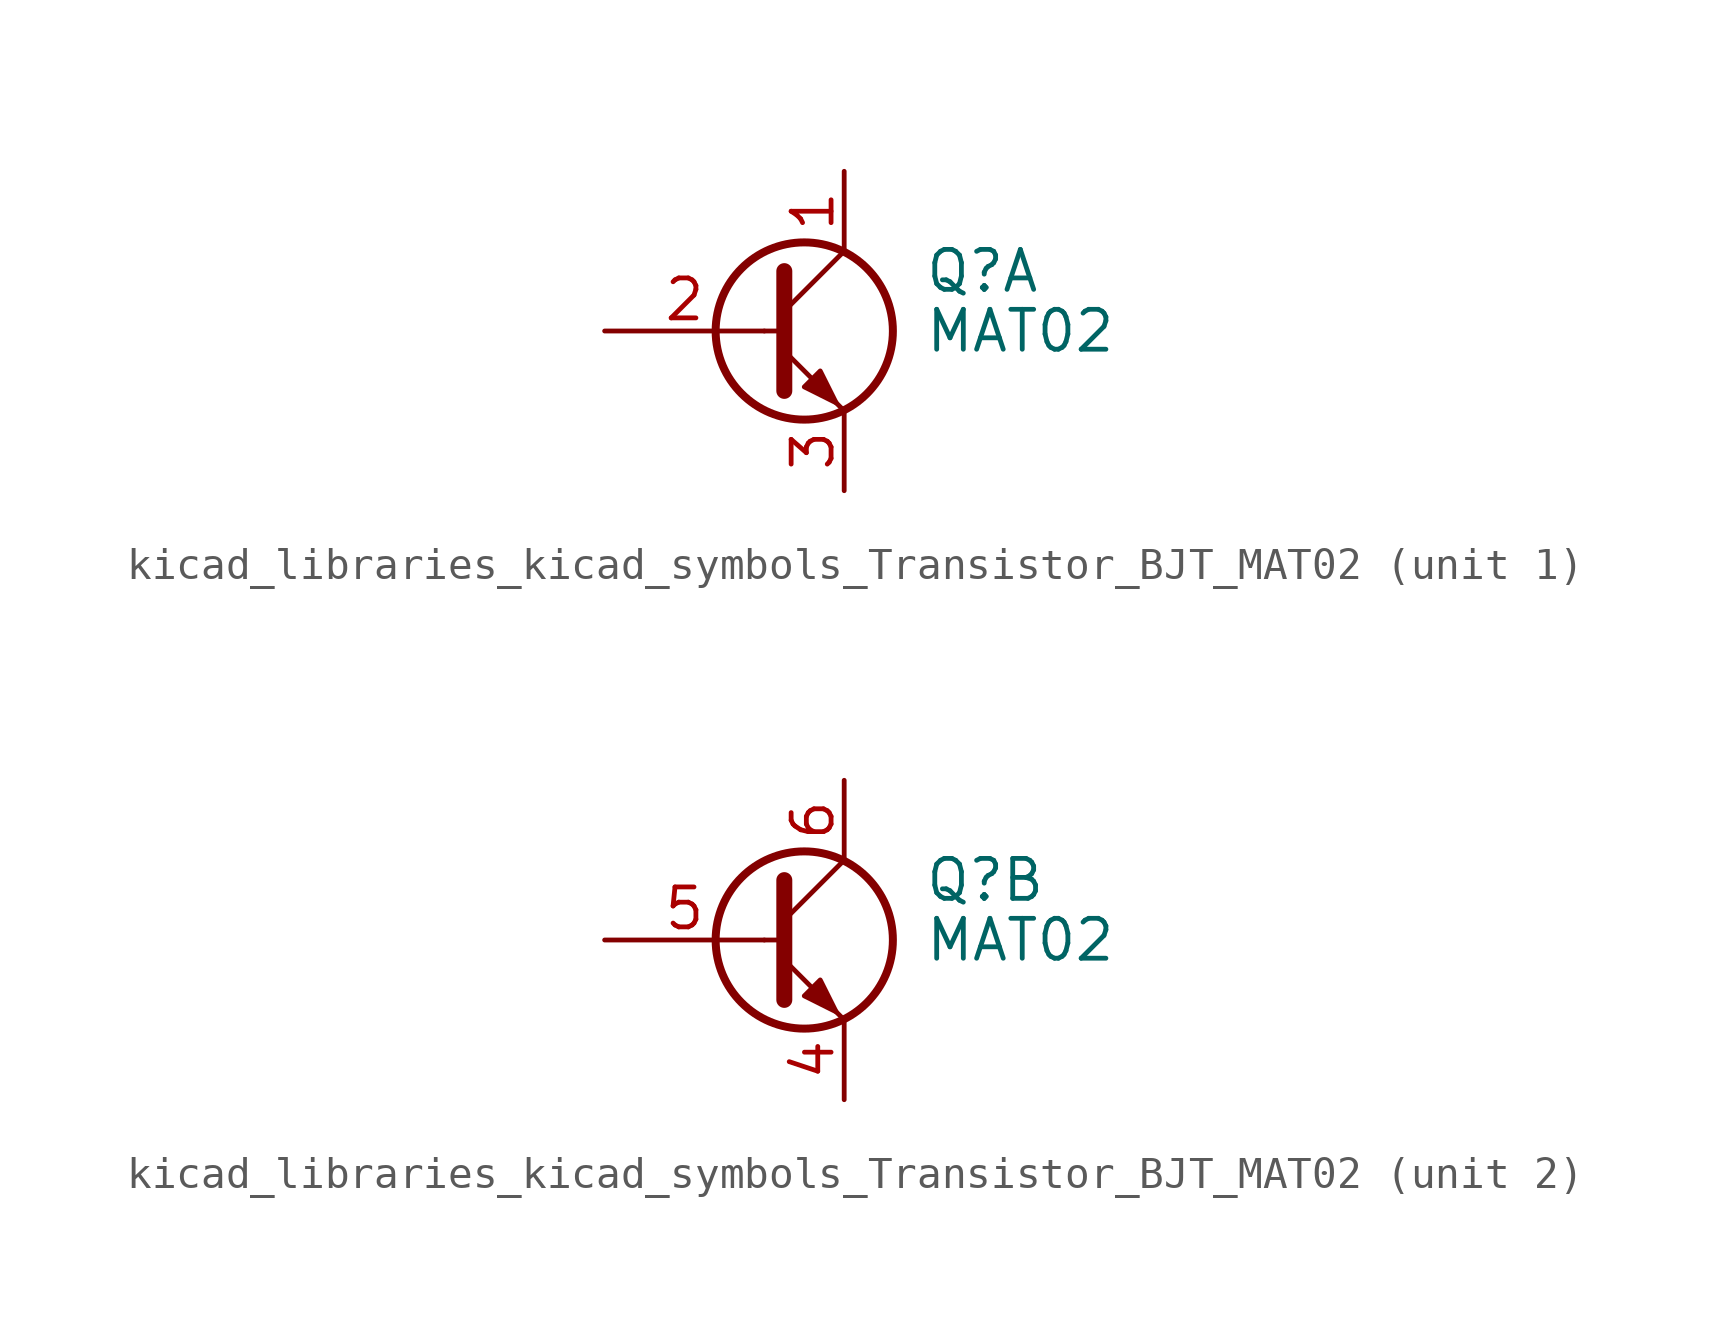
<source format=kicad_sym>
(kicad_symbol_lib
  (version 20220914)
  (generator kicad_symbol_editor)
  (symbol "kicad_libraries_kicad_symbols_Transistor_BJT_MAT02"
    (pin_names
      (offset 0) hide)
    (property "Reference" "Q"
      (at 5.08 1.905 0)
      (effects (font (size 1.27 1.27)) (justify left)))
    (property "Value" "MAT02"
      (at 5.08 0 0)
      (effects (font (size 1.27 1.27)) (justify left)))
    (symbol "kicad_libraries_kicad_symbols_Transistor_BJT_MAT02_0_1"
      (polyline (pts (xy 0 0) (xy 0.635 0)) (stroke (width 0) (type default)) (fill (type none)))
      (polyline (pts (xy 0.635 0.635) (xy 2.54 2.54)) (stroke (width 0) (type default)) (fill (type none)))
      (polyline (pts (xy 0.635 -0.635) (xy 2.54 -2.54) (xy 2.54 -2.54)) (stroke (width 0) (type default)) (fill (type none)))
      (polyline (pts (xy 0.635 1.905) (xy 0.635 -1.905) (xy 0.635 -1.905)) (stroke (width 0.508) (type default)) (fill (type none)))
      (polyline (pts (xy 1.27 -1.778) (xy 1.778 -1.27) (xy 2.286 -2.286) (xy 1.27 -1.778) (xy 1.27 -1.778)) (stroke (width 0) (type default)) (fill (type outline)))
      (circle (center 1.27 0) (radius 2.819) (stroke (width 0.254) (type default)) (fill (type none))))
    (symbol "kicad_libraries_kicad_symbols_Transistor_BJT_MAT02_1_1"
      (pin passive line (at 2.54 5.08 270) (length 2.54) (name "C" (effects (font (size 1.27 1.27)))) (number "1" (effects (font (size 1.27 1.27)))))
      (pin input line (at -5.08 0 0) (length 5.08) (name "B" (effects (font (size 1.27 1.27)))) (number "2" (effects (font (size 1.27 1.27)))))
      (pin passive line (at 2.54 -5.08 90) (length 2.54) (name "E" (effects (font (size 1.27 1.27)))) (number "3" (effects (font (size 1.27 1.27))))))
    (symbol "kicad_libraries_kicad_symbols_Transistor_BJT_MAT02_2_1"
      (pin passive line (at 2.54 -5.08 90) (length 2.54) (name "E" (effects (font (size 1.27 1.27)))) (number "4" (effects (font (size 1.27 1.27)))))
      (pin input line (at -5.08 0 0) (length 5.08) (name "B" (effects (font (size 1.27 1.27)))) (number "5" (effects (font (size 1.27 1.27)))))
      (pin passive line (at 2.54 5.08 270) (length 2.54) (name "C" (effects (font (size 1.27 1.27)))) (number "6" (effects (font (size 1.27 1.27))))))))
</source>
